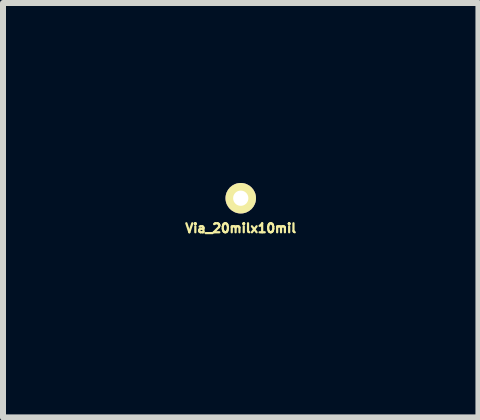
<source format=kicad_pcb>
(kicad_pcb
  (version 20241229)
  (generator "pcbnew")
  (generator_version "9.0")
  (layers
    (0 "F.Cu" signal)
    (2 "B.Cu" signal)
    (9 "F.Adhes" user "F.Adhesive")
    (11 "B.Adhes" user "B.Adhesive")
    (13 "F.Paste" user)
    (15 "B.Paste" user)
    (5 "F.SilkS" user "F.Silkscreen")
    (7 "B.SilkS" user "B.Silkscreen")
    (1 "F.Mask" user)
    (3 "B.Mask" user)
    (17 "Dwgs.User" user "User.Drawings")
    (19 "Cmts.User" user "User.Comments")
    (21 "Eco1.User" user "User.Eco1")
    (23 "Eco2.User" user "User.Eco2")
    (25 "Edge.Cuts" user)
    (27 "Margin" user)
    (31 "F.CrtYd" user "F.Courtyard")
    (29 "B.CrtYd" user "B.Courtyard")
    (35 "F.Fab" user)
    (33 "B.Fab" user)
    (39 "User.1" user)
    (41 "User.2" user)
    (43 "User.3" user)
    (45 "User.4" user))
  (footprint "Via_20milx10mil"
    (layer "F.Cu")
    (at 0.963 0.354)
    (property "Reference" "Via_20milx10mil" (at 0 0.4 0) (layer "F.SilkS") (effects (font (size 0.15 0.15) (thickness 0.037))))
    (attr through_hole)
    (pad "1" thru_hole circle (at 0 -0.1) (size 0.508 0.508) (drill 0.254) (layers "*.Cu" "*.Mask" "F.SilkS")))
  (gr_rect
    (start -3 -3)
    (end 4.925 3.908)
    (stroke (width 0.1) (type default))
    (fill no)
    (layer "Edge.Cuts")))
</source>
